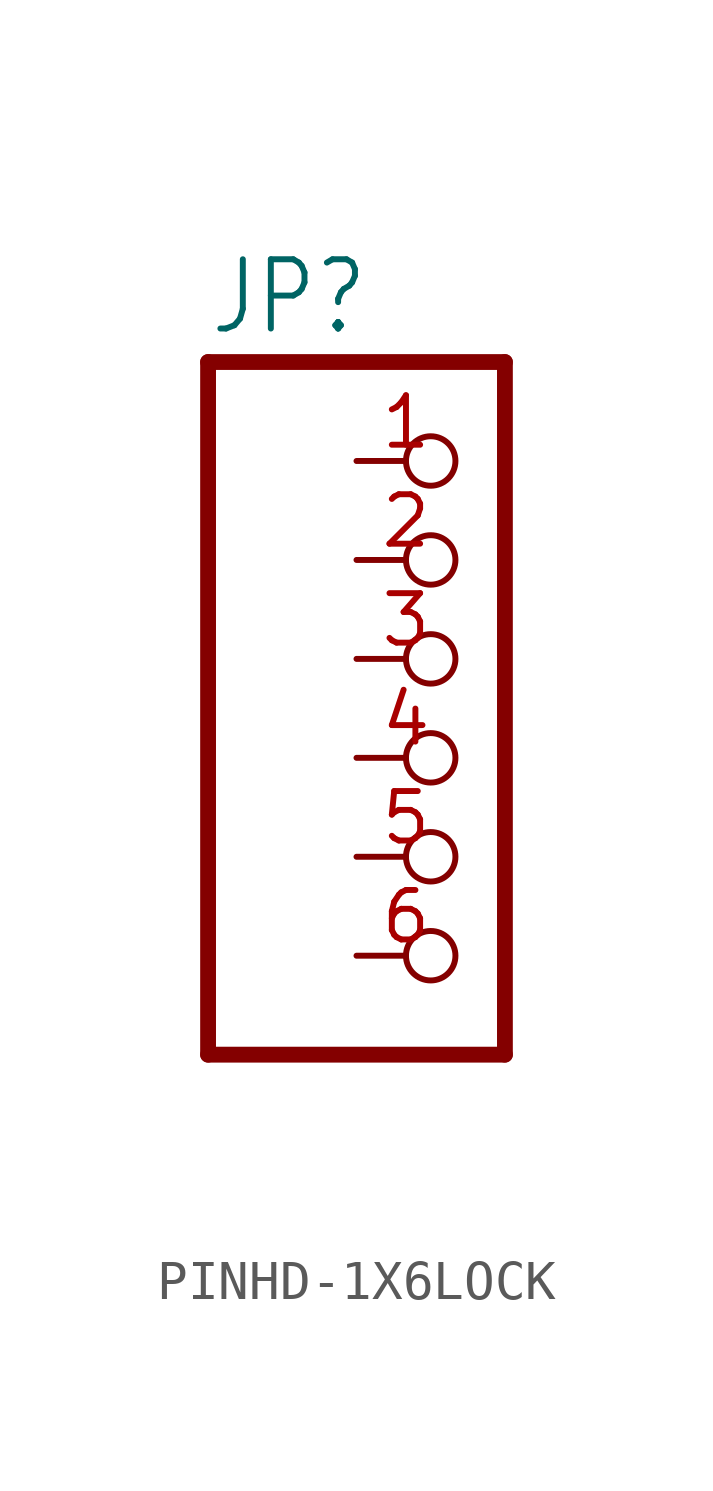
<source format=kicad_sym>
(kicad_symbol_lib
  (version 20220914)
  (generator kicad_symbol_editor)
  (symbol "PINHD-1X6LOCK"
    (property "Reference" "JP"
      (at -6.35 10.795 0)
      (effects (font (size 1.778 1.511)) (justify left bottom)))
    (property "Value" ""
      (at -6.35 -10.16 0)
      (effects (font (size 1.778 1.511)) (justify left bottom)))
    (property "ki_locked" ""
      (at 0 0 0)
      (effects (font (size 1.27 1.27))))
    (symbol "PINHD-1X6LOCK_1_0"
      (polyline (pts (xy -6.35 -7.62) (xy 1.27 -7.62)) (stroke (width 0.406) (type solid)) (fill (type none)))
      (polyline (pts (xy -6.35 10.16) (xy -6.35 -7.62)) (stroke (width 0.406) (type solid)) (fill (type none)))
      (polyline (pts (xy 1.27 -7.62) (xy 1.27 10.16)) (stroke (width 0.406) (type solid)) (fill (type none)))
      (polyline (pts (xy 1.27 10.16) (xy -6.35 10.16)) (stroke (width 0.406) (type solid)) (fill (type none)))
      (pin passive inverted (at -2.54 7.62 0) (length 2.54) (name "1" (effects (font (size 0 0)))) (number "1" (effects (font (size 1.27 1.27)))))
      (pin passive inverted (at -2.54 5.08 0) (length 2.54) (name "2" (effects (font (size 0 0)))) (number "2" (effects (font (size 1.27 1.27)))))
      (pin passive inverted (at -2.54 2.54 0) (length 2.54) (name "3" (effects (font (size 0 0)))) (number "3" (effects (font (size 1.27 1.27)))))
      (pin passive inverted (at -2.54 0 0) (length 2.54) (name "4" (effects (font (size 0 0)))) (number "4" (effects (font (size 1.27 1.27)))))
      (pin passive inverted (at -2.54 -2.54 0) (length 2.54) (name "5" (effects (font (size 0 0)))) (number "5" (effects (font (size 1.27 1.27)))))
      (pin passive inverted (at -2.54 -5.08 0) (length 2.54) (name "6" (effects (font (size 0 0)))) (number "6" (effects (font (size 1.27 1.27))))))))
</source>
